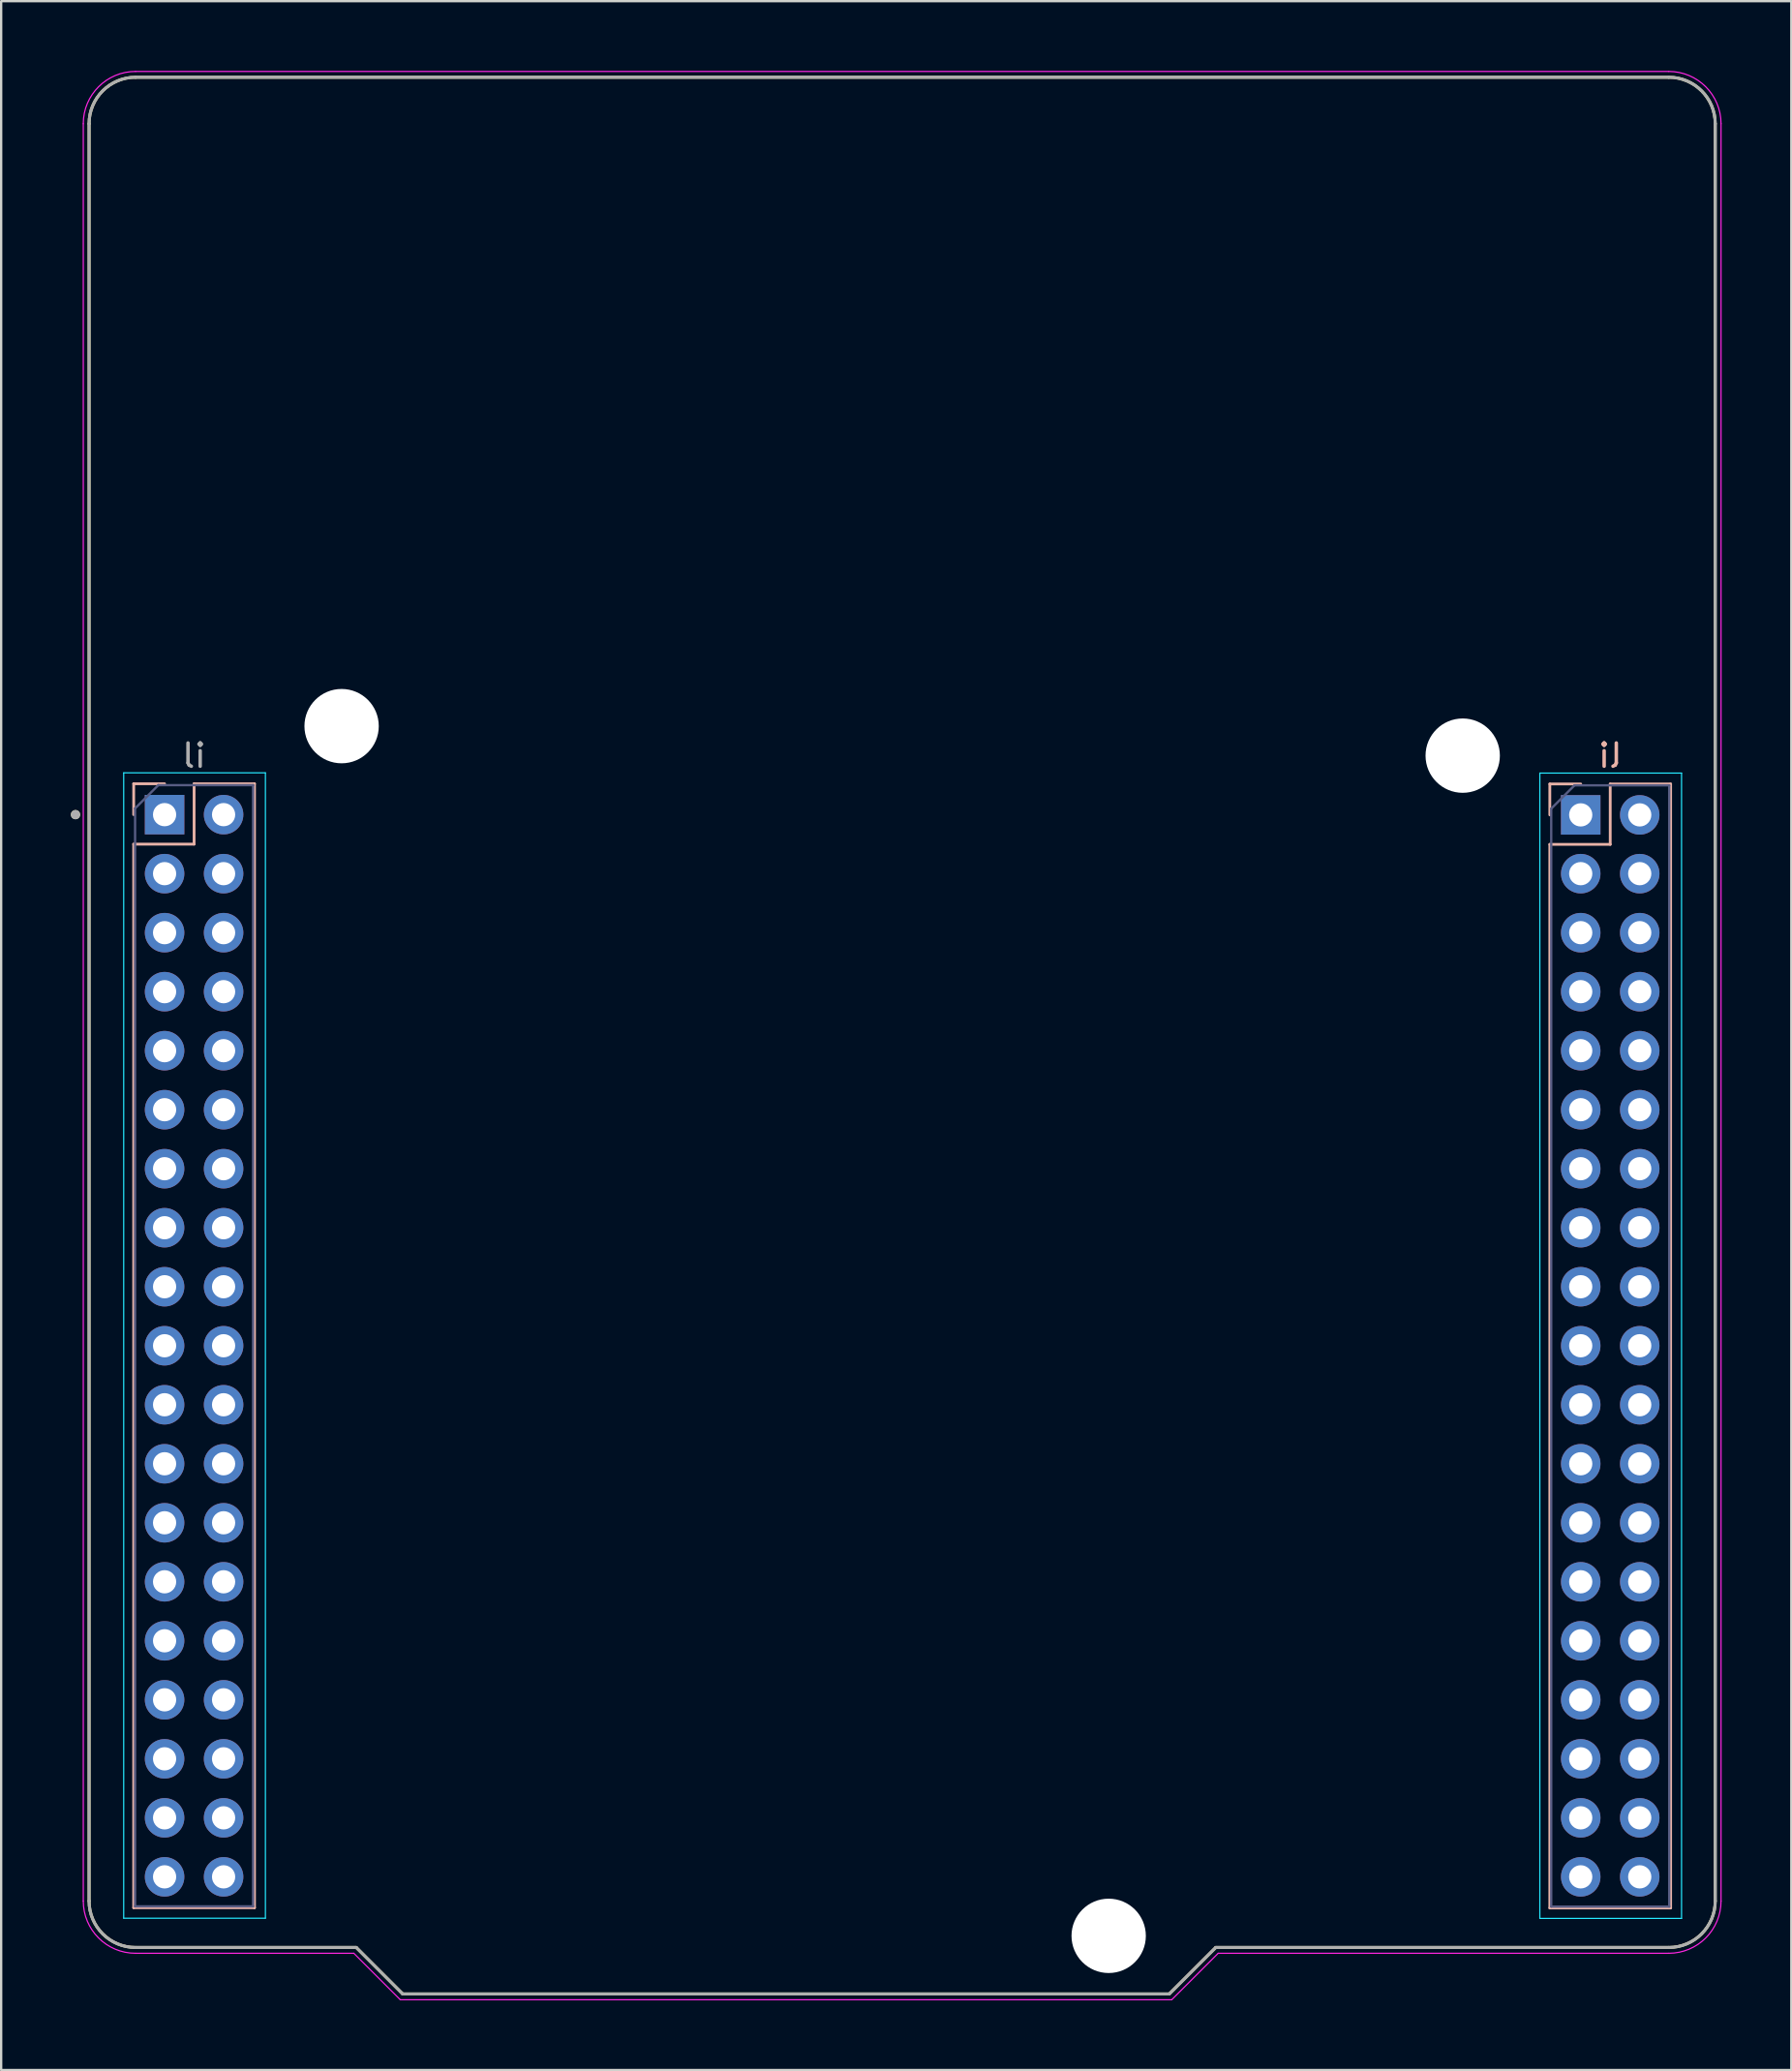
<source format=kicad_pcb>
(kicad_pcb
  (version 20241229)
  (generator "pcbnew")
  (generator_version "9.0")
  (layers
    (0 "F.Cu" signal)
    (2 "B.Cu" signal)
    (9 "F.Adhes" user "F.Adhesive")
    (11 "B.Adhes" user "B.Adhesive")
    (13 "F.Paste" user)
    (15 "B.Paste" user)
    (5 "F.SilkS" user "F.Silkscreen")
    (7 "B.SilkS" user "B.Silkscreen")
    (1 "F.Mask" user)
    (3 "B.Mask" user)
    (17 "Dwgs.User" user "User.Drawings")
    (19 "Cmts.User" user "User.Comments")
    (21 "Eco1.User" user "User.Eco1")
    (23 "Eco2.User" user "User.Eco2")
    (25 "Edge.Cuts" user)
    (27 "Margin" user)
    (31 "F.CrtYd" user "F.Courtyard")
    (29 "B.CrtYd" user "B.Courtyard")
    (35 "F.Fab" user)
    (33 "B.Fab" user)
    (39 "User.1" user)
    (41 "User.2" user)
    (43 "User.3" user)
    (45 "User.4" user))
  (footprint "li"
    (layer "F.Cu")
    (at 35.785 54.875)
    (property "Reference" "li" (at 30.48 -25.4 0) (layer "B.SilkS") (effects (font (size 1 1) (thickness 0.15)) (justify mirror)))
    (attr through_hole)
    (fp_line (start -35 -52.6) (end -35 23.9) (stroke (width 0.127) (type solid)) (layer "F.SilkS"))
    (fp_line (start -33 -54.6) (end 33 -54.6) (stroke (width 0.127) (type solid)) (layer "F.SilkS"))
    (fp_line (start -33 25.9) (end -23.5 25.9) (stroke (width 0.127) (type solid)) (layer "F.SilkS"))
    (fp_line (start -23.5 25.9) (end -21.5 27.9) (stroke (width 0.127) (type solid)) (layer "F.SilkS"))
    (fp_line (start -21.5 27.9) (end 11.5 27.9) (stroke (width 0.127) (type solid)) (layer "F.SilkS"))
    (fp_line (start 11.5 27.9) (end 13.5 25.9) (stroke (width 0.127) (type solid)) (layer "F.SilkS"))
    (fp_line (start 13.5 25.9) (end 33 25.9) (stroke (width 0.127) (type solid)) (layer "F.SilkS"))
    (fp_line (start 35 23.9) (end 35 -52.6) (stroke (width 0.127) (type solid)) (layer "F.SilkS"))
    (fp_arc (start -35 -52.6) (mid -34.414214 -54.014214) (end -33 -54.6) (stroke (width 0.127) (type solid)) (layer "F.SilkS"))
    (fp_arc (start -33 25.9) (mid -34.414214 25.314214) (end -35 23.9) (stroke (width 0.127) (type solid)) (layer "F.SilkS"))
    (fp_arc (start 33 -54.6) (mid 34.414214 -54.014214) (end 35 -52.6) (stroke (width 0.127) (type solid)) (layer "F.SilkS"))
    (fp_arc (start 35 23.9) (mid 34.414214 25.314214) (end 33 25.9) (stroke (width 0.127) (type solid)) (layer "F.SilkS"))
    (fp_circle (center -35.585 -22.86) (end -35.485 -22.86) (stroke (width 0.2) (type solid)) (fill no) (layer "F.SilkS"))
    (fp_line (start -33.08 -24.19) (end -33.08 -22.86) (stroke (width 0.12) (type solid)) (layer "B.SilkS"))
    (fp_line (start -33.08 -21.59) (end -33.08 24.19) (stroke (width 0.12) (type solid)) (layer "B.SilkS"))
    (fp_line (start -31.75 -24.19) (end -33.08 -24.19) (stroke (width 0.12) (type solid)) (layer "B.SilkS"))
    (fp_line (start -30.48 -24.19) (end -30.48 -21.59) (stroke (width 0.12) (type solid)) (layer "B.SilkS"))
    (fp_line (start -30.48 -21.59) (end -33.08 -21.59) (stroke (width 0.12) (type solid)) (layer "B.SilkS"))
    (fp_line (start -27.88 -24.19) (end -30.48 -24.19) (stroke (width 0.12) (type solid)) (layer "B.SilkS"))
    (fp_line (start -27.88 -24.19) (end -27.88 24.19) (stroke (width 0.12) (type solid)) (layer "B.SilkS"))
    (fp_line (start -27.88 24.19) (end -33.08 24.19) (stroke (width 0.12) (type solid)) (layer "B.SilkS"))
    (fp_line (start 27.88 -24.18) (end 27.88 -22.85) (stroke (width 0.12) (type solid)) (layer "B.SilkS"))
    (fp_line (start 27.88 -21.58) (end 27.88 24.2) (stroke (width 0.12) (type solid)) (layer "B.SilkS"))
    (fp_line (start 29.21 -24.18) (end 27.88 -24.18) (stroke (width 0.12) (type solid)) (layer "B.SilkS"))
    (fp_line (start 30.48 -24.18) (end 30.48 -21.58) (stroke (width 0.12) (type solid)) (layer "B.SilkS"))
    (fp_line (start 30.48 -21.58) (end 27.88 -21.58) (stroke (width 0.12) (type solid)) (layer "B.SilkS"))
    (fp_line (start 33.08 -24.18) (end 30.48 -24.18) (stroke (width 0.12) (type solid)) (layer "B.SilkS"))
    (fp_line (start 33.08 -24.18) (end 33.08 24.2) (stroke (width 0.12) (type solid)) (layer "B.SilkS"))
    (fp_line (start 33.08 24.2) (end 27.88 24.2) (stroke (width 0.12) (type solid)) (layer "B.SilkS"))
    (fp_line (start -33.51 -24.66) (end -33.51 24.64) (stroke (width 0.05) (type solid)) (layer "B.CrtYd"))
    (fp_line (start -33.51 24.64) (end -27.41 24.64) (stroke (width 0.05) (type solid)) (layer "B.CrtYd"))
    (fp_line (start -27.41 -24.66) (end -33.51 -24.66) (stroke (width 0.05) (type solid)) (layer "B.CrtYd"))
    (fp_line (start -27.41 24.64) (end -27.41 -24.66) (stroke (width 0.05) (type solid)) (layer "B.CrtYd"))
    (fp_line (start 27.45 -24.65) (end 27.45 24.65) (stroke (width 0.05) (type solid)) (layer "B.CrtYd"))
    (fp_line (start 27.45 24.65) (end 33.55 24.65) (stroke (width 0.05) (type solid)) (layer "B.CrtYd"))
    (fp_line (start 33.55 -24.65) (end 27.45 -24.65) (stroke (width 0.05) (type solid)) (layer "B.CrtYd"))
    (fp_line (start 33.55 24.65) (end 33.55 -24.65) (stroke (width 0.05) (type solid)) (layer "B.CrtYd"))
    (fp_line (start -35.25 -52.6) (end -35.25 23.9) (stroke (width 0.05) (type solid)) (layer "F.CrtYd"))
    (fp_line (start -33 -54.85) (end 33 -54.85) (stroke (width 0.05) (type solid)) (layer "F.CrtYd"))
    (fp_line (start -33 26.15) (end -23.604 26.15) (stroke (width 0.05) (type solid)) (layer "F.CrtYd"))
    (fp_line (start -23.604 26.15) (end -21.604 28.15) (stroke (width 0.05) (type solid)) (layer "F.CrtYd"))
    (fp_line (start -21.604 28.15) (end 11.604 28.15) (stroke (width 0.05) (type solid)) (layer "F.CrtYd"))
    (fp_line (start 11.604 28.15) (end 13.604 26.15) (stroke (width 0.05) (type solid)) (layer "F.CrtYd"))
    (fp_line (start 13.604 26.15) (end 33 26.15) (stroke (width 0.05) (type solid)) (layer "F.CrtYd"))
    (fp_line (start 35.25 23.9) (end 35.25 -52.6) (stroke (width 0.05) (type solid)) (layer "F.CrtYd"))
    (fp_arc (start -35.25 -52.6) (mid -34.59099 -54.19099) (end -33 -54.85) (stroke (width 0.05) (type solid)) (layer "F.CrtYd"))
    (fp_arc (start -33 26.15) (mid -34.59099 25.49099) (end -35.25 23.9) (stroke (width 0.05) (type solid)) (layer "F.CrtYd"))
    (fp_arc (start 33 -54.85) (mid 34.59099 -54.19099) (end 35.25 -52.6) (stroke (width 0.05) (type solid)) (layer "F.CrtYd"))
    (fp_arc (start 35.25 23.9) (mid 34.59099 25.49099) (end 33 26.15) (stroke (width 0.05) (type solid)) (layer "F.CrtYd"))
    (fp_line (start -33.02 -23.13) (end -33.02 24.13) (stroke (width 0.1) (type solid)) (layer "B.Fab"))
    (fp_line (start -33.02 24.13) (end -27.94 24.13) (stroke (width 0.1) (type solid)) (layer "B.Fab"))
    (fp_line (start -32.02 -24.13) (end -33.02 -23.13) (stroke (width 0.1) (type solid)) (layer "B.Fab"))
    (fp_line (start -27.94 -24.13) (end -32.02 -24.13) (stroke (width 0.1) (type solid)) (layer "B.Fab"))
    (fp_line (start -27.94 24.13) (end -27.94 -24.13) (stroke (width 0.1) (type solid)) (layer "B.Fab"))
    (fp_line (start 27.94 -23.12) (end 27.94 24.14) (stroke (width 0.1) (type solid)) (layer "B.Fab"))
    (fp_line (start 27.94 24.14) (end 33.02 24.14) (stroke (width 0.1) (type solid)) (layer "B.Fab"))
    (fp_line (start 28.94 -24.12) (end 27.94 -23.12) (stroke (width 0.1) (type solid)) (layer "B.Fab"))
    (fp_line (start 33.02 -24.12) (end 28.94 -24.12) (stroke (width 0.1) (type solid)) (layer "B.Fab"))
    (fp_line (start 33.02 24.14) (end 33.02 -24.12) (stroke (width 0.1) (type solid)) (layer "B.Fab"))
    (fp_line (start -35 -52.6) (end -35 23.9) (stroke (width 0.127) (type solid)) (layer "F.Fab"))
    (fp_line (start -33 -54.6) (end 33 -54.6) (stroke (width 0.127) (type solid)) (layer "F.Fab"))
    (fp_line (start -33 25.9) (end -23.5 25.9) (stroke (width 0.127) (type solid)) (layer "F.Fab"))
    (fp_line (start -23.5 25.9) (end -21.5 27.9) (stroke (width 0.127) (type solid)) (layer "F.Fab"))
    (fp_line (start -21.5 27.9) (end 11.5 27.9) (stroke (width 0.127) (type solid)) (layer "F.Fab"))
    (fp_line (start 11.5 27.9) (end 13.5 25.9) (stroke (width 0.127) (type solid)) (layer "F.Fab"))
    (fp_line (start 13.5 25.9) (end 33 25.9) (stroke (width 0.127) (type solid)) (layer "F.Fab"))
    (fp_line (start 35 23.9) (end 35 -52.6) (stroke (width 0.127) (type solid)) (layer "F.Fab"))
    (fp_arc (start -35 -52.6) (mid -34.414214 -54.014214) (end -33 -54.6) (stroke (width 0.127) (type solid)) (layer "F.Fab"))
    (fp_arc (start -33 25.9) (mid -34.414214 25.314214) (end -35 23.9) (stroke (width 0.127) (type solid)) (layer "F.Fab"))
    (fp_arc (start 33 -54.6) (mid 34.414214 -54.014214) (end 35 -52.6) (stroke (width 0.127) (type solid)) (layer "F.Fab"))
    (fp_arc (start 35 23.9) (mid 34.414214 25.314214) (end 33 25.9) (stroke (width 0.127) (type solid)) (layer "F.Fab"))
    (fp_circle (center -35.585 -22.86) (end -35.485 -22.86) (stroke (width 0.2) (type solid)) (fill no) (layer "F.Fab"))
    (fp_text user "${REFERENCE}" (at -30.48 -25.4 180) (layer "F.Fab") (effects (font (size 1 1) (thickness 0.15))))
    (pad "" np_thru_hole circle (at -24.13 -26.67) (size 3.2 3.2) (drill 3.2) (layers "*.Cu" "*.Mask"))
    (pad "" np_thru_hole circle (at 8.89 25.4) (size 3.2 3.2) (drill 3.2) (layers "*.Cu" "*.Mask"))
    (pad "" np_thru_hole circle (at 24.13 -25.4) (size 3.2 3.2) (drill 3.2) (layers "*.Cu" "*.Mask"))
    (pad "101" thru_hole rect (at -31.75 -22.86) (size 1.7 1.7) (drill 1) (layers "*.Cu" "*.Mask"))
    (pad "102" thru_hole oval (at -29.21 -22.86) (size 1.7 1.7) (drill 1) (layers "*.Cu" "*.Mask"))
    (pad "103" thru_hole oval (at -31.75 -20.32) (size 1.7 1.7) (drill 1) (layers "*.Cu" "*.Mask"))
    (pad "104" thru_hole oval (at -29.21 -20.32) (size 1.7 1.7) (drill 1) (layers "*.Cu" "*.Mask"))
    (pad "105" thru_hole oval (at -31.75 -17.78) (size 1.7 1.7) (drill 1) (layers "*.Cu" "*.Mask"))
    (pad "106" thru_hole oval (at -29.21 -17.78) (size 1.7 1.7) (drill 1) (layers "*.Cu" "*.Mask"))
    (pad "107" thru_hole oval (at -31.75 -15.24) (size 1.7 1.7) (drill 1) (layers "*.Cu" "*.Mask"))
    (pad "108" thru_hole oval (at -29.21 -15.24) (size 1.7 1.7) (drill 1) (layers "*.Cu" "*.Mask"))
    (pad "109" thru_hole oval (at -31.75 -12.7) (size 1.7 1.7) (drill 1) (layers "*.Cu" "*.Mask"))
    (pad "110" thru_hole oval (at -29.21 -12.7) (size 1.7 1.7) (drill 1) (layers "*.Cu" "*.Mask"))
    (pad "111" thru_hole oval (at -31.75 -10.16) (size 1.7 1.7) (drill 1) (layers "*.Cu" "*.Mask"))
    (pad "112" thru_hole oval (at -29.21 -10.16) (size 1.7 1.7) (drill 1) (layers "*.Cu" "*.Mask"))
    (pad "113" thru_hole oval (at -31.75 -7.62) (size 1.7 1.7) (drill 1) (layers "*.Cu" "*.Mask"))
    (pad "114" thru_hole oval (at -29.21 -7.62) (size 1.7 1.7) (drill 1) (layers "*.Cu" "*.Mask"))
    (pad "115" thru_hole oval (at -31.75 -5.08) (size 1.7 1.7) (drill 1) (layers "*.Cu" "*.Mask"))
    (pad "116" thru_hole oval (at -29.21 -5.08) (size 1.7 1.7) (drill 1) (layers "*.Cu" "*.Mask"))
    (pad "117" thru_hole oval (at -31.75 -2.54) (size 1.7 1.7) (drill 1) (layers "*.Cu" "*.Mask"))
    (pad "118" thru_hole oval (at -29.21 -2.54) (size 1.7 1.7) (drill 1) (layers "*.Cu" "*.Mask"))
    (pad "119" thru_hole oval (at -31.75 0) (size 1.7 1.7) (drill 1) (layers "*.Cu" "*.Mask"))
    (pad "120" thru_hole oval (at -29.21 0) (size 1.7 1.7) (drill 1) (layers "*.Cu" "*.Mask"))
    (pad "121" thru_hole oval (at -31.75 2.54) (size 1.7 1.7) (drill 1) (layers "*.Cu" "*.Mask"))
    (pad "122" thru_hole oval (at -29.21 2.54) (size 1.7 1.7) (drill 1) (layers "*.Cu" "*.Mask"))
    (pad "123" thru_hole oval (at -31.75 5.08) (size 1.7 1.7) (drill 1) (layers "*.Cu" "*.Mask"))
    (pad "124" thru_hole oval (at -29.21 5.08) (size 1.7 1.7) (drill 1) (layers "*.Cu" "*.Mask"))
    (pad "125" thru_hole oval (at -31.75 7.62) (size 1.7 1.7) (drill 1) (layers "*.Cu" "*.Mask"))
    (pad "126" thru_hole oval (at -29.21 7.62) (size 1.7 1.7) (drill 1) (layers "*.Cu" "*.Mask"))
    (pad "127" thru_hole oval (at -31.75 10.16) (size 1.7 1.7) (drill 1) (layers "*.Cu" "*.Mask"))
    (pad "128" thru_hole oval (at -29.21 10.16) (size 1.7 1.7) (drill 1) (layers "*.Cu" "*.Mask"))
    (pad "129" thru_hole oval (at -31.75 12.7) (size 1.7 1.7) (drill 1) (layers "*.Cu" "*.Mask"))
    (pad "130" thru_hole oval (at -29.21 12.7) (size 1.7 1.7) (drill 1) (layers "*.Cu" "*.Mask"))
    (pad "131" thru_hole oval (at -31.75 15.24) (size 1.7 1.7) (drill 1) (layers "*.Cu" "*.Mask"))
    (pad "132" thru_hole oval (at -29.21 15.24) (size 1.7 1.7) (drill 1) (layers "*.Cu" "*.Mask"))
    (pad "133" thru_hole oval (at -31.75 17.78) (size 1.7 1.7) (drill 1) (layers "*.Cu" "*.Mask"))
    (pad "134" thru_hole oval (at -29.21 17.78) (size 1.7 1.7) (drill 1) (layers "*.Cu" "*.Mask"))
    (pad "135" thru_hole oval (at -31.75 20.32) (size 1.7 1.7) (drill 1) (layers "*.Cu" "*.Mask"))
    (pad "136" thru_hole oval (at -29.21 20.32) (size 1.7 1.7) (drill 1) (layers "*.Cu" "*.Mask"))
    (pad "137" thru_hole oval (at -31.75 22.86) (size 1.7 1.7) (drill 1) (layers "*.Cu" "*.Mask"))
    (pad "138" thru_hole oval (at -29.21 22.86) (size 1.7 1.7) (drill 1) (layers "*.Cu" "*.Mask"))
    (pad "201" thru_hole rect (at 29.21 -22.85) (size 1.7 1.7) (drill 1) (layers "*.Cu" "*.Mask"))
    (pad "202" thru_hole oval (at 31.75 -22.85) (size 1.7 1.7) (drill 1) (layers "*.Cu" "*.Mask"))
    (pad "203" thru_hole oval (at 29.21 -20.32) (size 1.7 1.7) (drill 1) (layers "*.Cu" "*.Mask"))
    (pad "204" thru_hole oval (at 31.75 -20.32) (size 1.7 1.7) (drill 1) (layers "*.Cu" "*.Mask"))
    (pad "205" thru_hole oval (at 29.21 -17.78) (size 1.7 1.7) (drill 1) (layers "*.Cu" "*.Mask"))
    (pad "206" thru_hole oval (at 31.75 -17.78) (size 1.7 1.7) (drill 1) (layers "*.Cu" "*.Mask"))
    (pad "207" thru_hole oval (at 29.21 -15.24) (size 1.7 1.7) (drill 1) (layers "*.Cu" "*.Mask"))
    (pad "208" thru_hole oval (at 31.75 -15.24) (size 1.7 1.7) (drill 1) (layers "*.Cu" "*.Mask"))
    (pad "209" thru_hole oval (at 29.21 -12.7) (size 1.7 1.7) (drill 1) (layers "*.Cu" "*.Mask"))
    (pad "210" thru_hole oval (at 31.75 -12.7) (size 1.7 1.7) (drill 1) (layers "*.Cu" "*.Mask"))
    (pad "211" thru_hole oval (at 29.21 -10.16) (size 1.7 1.7) (drill 1) (layers "*.Cu" "*.Mask"))
    (pad "212" thru_hole oval (at 31.75 -10.16) (size 1.7 1.7) (drill 1) (layers "*.Cu" "*.Mask"))
    (pad "213" thru_hole oval (at 29.21 -7.62) (size 1.7 1.7) (drill 1) (layers "*.Cu" "*.Mask"))
    (pad "214" thru_hole oval (at 31.75 -7.62) (size 1.7 1.7) (drill 1) (layers "*.Cu" "*.Mask"))
    (pad "215" thru_hole oval (at 29.21 -5.08) (size 1.7 1.7) (drill 1) (layers "*.Cu" "*.Mask"))
    (pad "216" thru_hole oval (at 31.75 -5.08) (size 1.7 1.7) (drill 1) (layers "*.Cu" "*.Mask"))
    (pad "217" thru_hole oval (at 29.21 -2.54) (size 1.7 1.7) (drill 1) (layers "*.Cu" "*.Mask"))
    (pad "218" thru_hole oval (at 31.75 -2.54) (size 1.7 1.7) (drill 1) (layers "*.Cu" "*.Mask"))
    (pad "219" thru_hole oval (at 29.21 0) (size 1.7 1.7) (drill 1) (layers "*.Cu" "*.Mask"))
    (pad "220" thru_hole oval (at 31.75 0) (size 1.7 1.7) (drill 1) (layers "*.Cu" "*.Mask"))
    (pad "221" thru_hole oval (at 29.21 2.54) (size 1.7 1.7) (drill 1) (layers "*.Cu" "*.Mask"))
    (pad "222" thru_hole oval (at 31.75 2.54) (size 1.7 1.7) (drill 1) (layers "*.Cu" "*.Mask"))
    (pad "223" thru_hole oval (at 29.21 5.08) (size 1.7 1.7) (drill 1) (layers "*.Cu" "*.Mask"))
    (pad "224" thru_hole oval (at 31.75 5.08) (size 1.7 1.7) (drill 1) (layers "*.Cu" "*.Mask"))
    (pad "225" thru_hole oval (at 29.21 7.62) (size 1.7 1.7) (drill 1) (layers "*.Cu" "*.Mask"))
    (pad "226" thru_hole oval (at 31.75 7.62) (size 1.7 1.7) (drill 1) (layers "*.Cu" "*.Mask"))
    (pad "227" thru_hole oval (at 29.21 10.16) (size 1.7 1.7) (drill 1) (layers "*.Cu" "*.Mask"))
    (pad "228" thru_hole oval (at 31.75 10.16) (size 1.7 1.7) (drill 1) (layers "*.Cu" "*.Mask"))
    (pad "229" thru_hole oval (at 29.21 12.7) (size 1.7 1.7) (drill 1) (layers "*.Cu" "*.Mask"))
    (pad "230" thru_hole oval (at 31.75 12.7) (size 1.7 1.7) (drill 1) (layers "*.Cu" "*.Mask"))
    (pad "231" thru_hole oval (at 29.21 15.24) (size 1.7 1.7) (drill 1) (layers "*.Cu" "*.Mask"))
    (pad "232" thru_hole oval (at 31.75 15.24) (size 1.7 1.7) (drill 1) (layers "*.Cu" "*.Mask"))
    (pad "233" thru_hole oval (at 29.21 17.78) (size 1.7 1.7) (drill 1) (layers "*.Cu" "*.Mask"))
    (pad "234" thru_hole oval (at 31.75 17.78) (size 1.7 1.7) (drill 1) (layers "*.Cu" "*.Mask"))
    (pad "235" thru_hole oval (at 29.21 20.32) (size 1.7 1.7) (drill 1) (layers "*.Cu" "*.Mask"))
    (pad "236" thru_hole oval (at 31.75 20.32) (size 1.7 1.7) (drill 1) (layers "*.Cu" "*.Mask"))
    (pad "237" thru_hole oval (at 29.21 22.86) (size 1.7 1.7) (drill 1) (layers "*.Cu" "*.Mask"))
    (pad "238" thru_hole oval (at 31.75 22.86) (size 1.7 1.7) (drill 1) (layers "*.Cu" "*.Mask")))
  (gr_rect
    (start -3 -3)
    (end 74.06 86.05)
    (stroke (width 0.1) (type default))
    (fill no)
    (layer "Edge.Cuts")))
</source>
